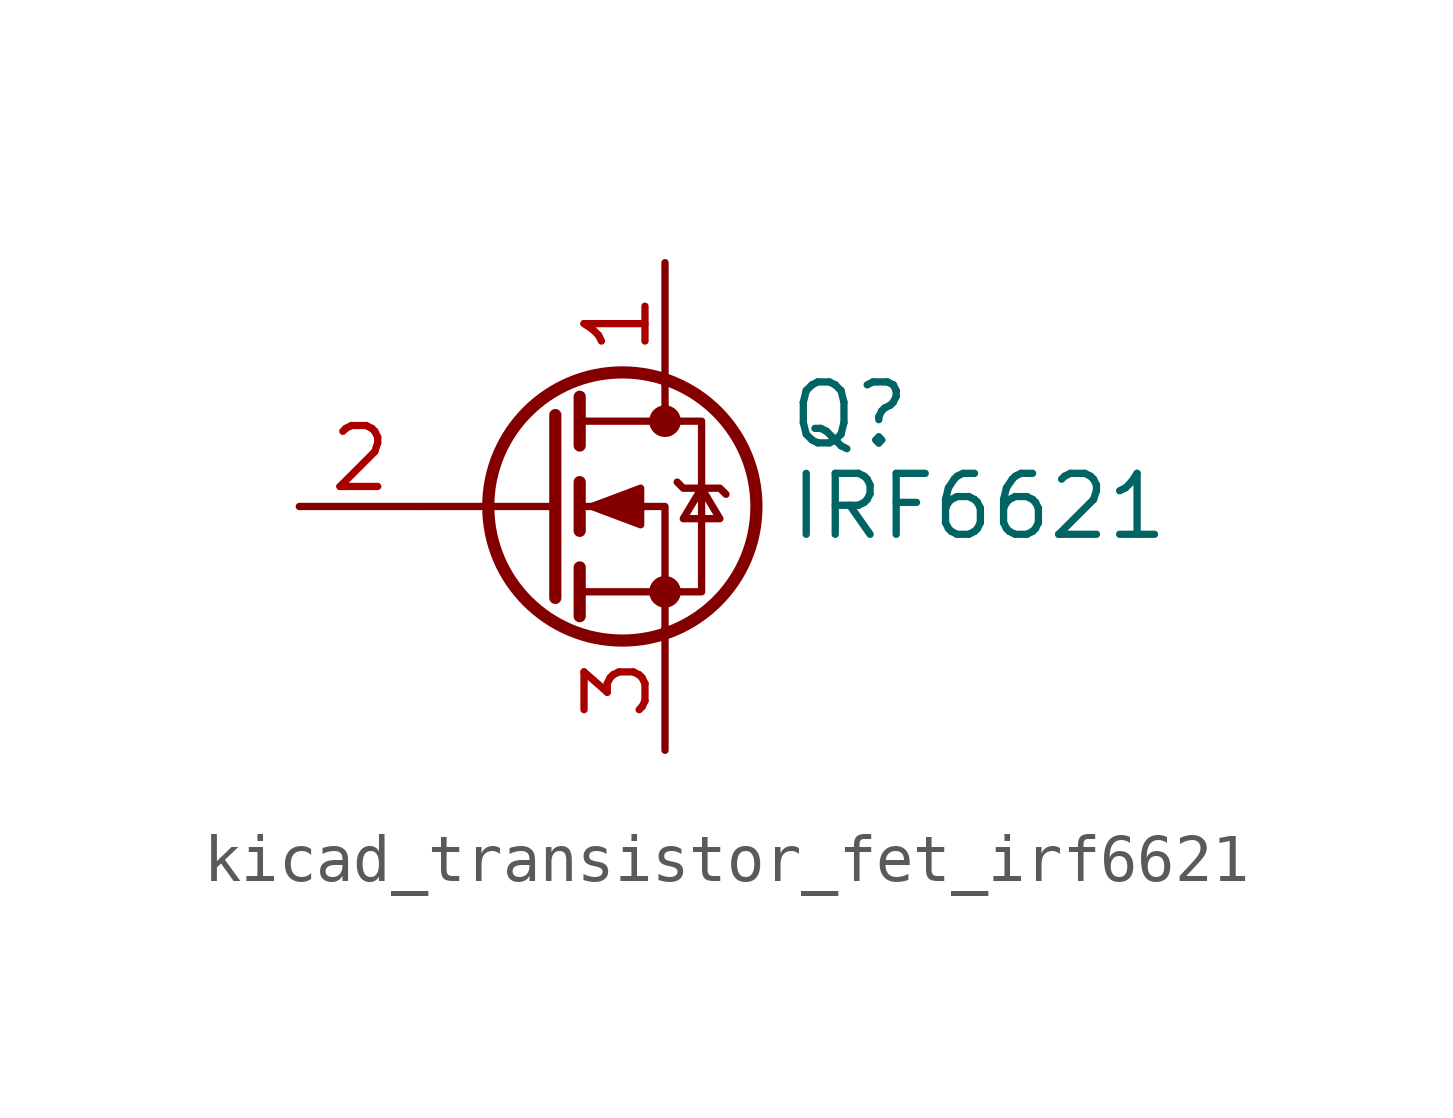
<source format=kicad_sym>
(kicad_symbol_lib
  (version 20220914)
  (generator kicad_symbol_editor)
  (symbol "kicad_transistor_fet_irf6621"
    (pin_names hide)
    (property "Reference" "Q"
      (at 5.08 1.905 0)
      (effects (font (size 1.27 1.27)) (justify left)))
    (property "Value" "IRF6621"
      (at 5.08 0 0)
      (effects (font (size 1.27 1.27)) (justify left)))
    (symbol "kicad_transistor_fet_irf6621_0_1"
      (polyline (pts (xy 0.254 0) (xy -2.54 0)) (stroke (width 0) (type default)) (fill (type none)))
      (polyline (pts (xy 0.254 1.905) (xy 0.254 -1.905)) (stroke (width 0.254) (type default)) (fill (type none)))
      (polyline (pts (xy 0.762 -1.27) (xy 0.762 -2.286)) (stroke (width 0.254) (type default)) (fill (type none)))
      (polyline (pts (xy 0.762 0.508) (xy 0.762 -0.508)) (stroke (width 0.254) (type default)) (fill (type none)))
      (polyline (pts (xy 0.762 2.286) (xy 0.762 1.27)) (stroke (width 0.254) (type default)) (fill (type none)))
      (polyline (pts (xy 2.54 2.54) (xy 2.54 1.778)) (stroke (width 0) (type default)) (fill (type none)))
      (polyline (pts (xy 2.54 -2.54) (xy 2.54 0) (xy 0.762 0)) (stroke (width 0) (type default)) (fill (type none)))
      (polyline (pts (xy 0.762 -1.778) (xy 3.302 -1.778) (xy 3.302 1.778) (xy 0.762 1.778)) (stroke (width 0) (type default)) (fill (type none)))
      (polyline (pts (xy 1.016 0) (xy 2.032 0.381) (xy 2.032 -0.381) (xy 1.016 0)) (stroke (width 0) (type default)) (fill (type outline)))
      (polyline (pts (xy 2.794 0.508) (xy 2.921 0.381) (xy 3.683 0.381) (xy 3.81 0.254)) (stroke (width 0) (type default)) (fill (type none)))
      (polyline (pts (xy 3.302 0.381) (xy 2.921 -0.254) (xy 3.683 -0.254) (xy 3.302 0.381)) (stroke (width 0) (type default)) (fill (type none)))
      (circle (center 1.651 0) (radius 2.794) (stroke (width 0.254) (type default)) (fill (type none)))
      (circle (center 2.54 -1.778) (radius 0.254) (stroke (width 0) (type default)) (fill (type outline)))
      (circle (center 2.54 1.778) (radius 0.254) (stroke (width 0) (type default)) (fill (type outline))))
    (symbol "kicad_transistor_fet_irf6621_1_1"
      (pin passive line (at 2.54 5.08 270) (length 2.54) (name "D" (effects (font (size 1.27 1.27)))) (number "1" (effects (font (size 1.27 1.27)))))
      (pin input line (at -5.08 0 0) (length 2.54) (name "G" (effects (font (size 1.27 1.27)))) (number "2" (effects (font (size 1.27 1.27)))))
      (pin passive line (at 2.54 -5.08 90) (length 2.54) (name "S" (effects (font (size 1.27 1.27)))) (number "3" (effects (font (size 1.27 1.27))))))))
</source>
